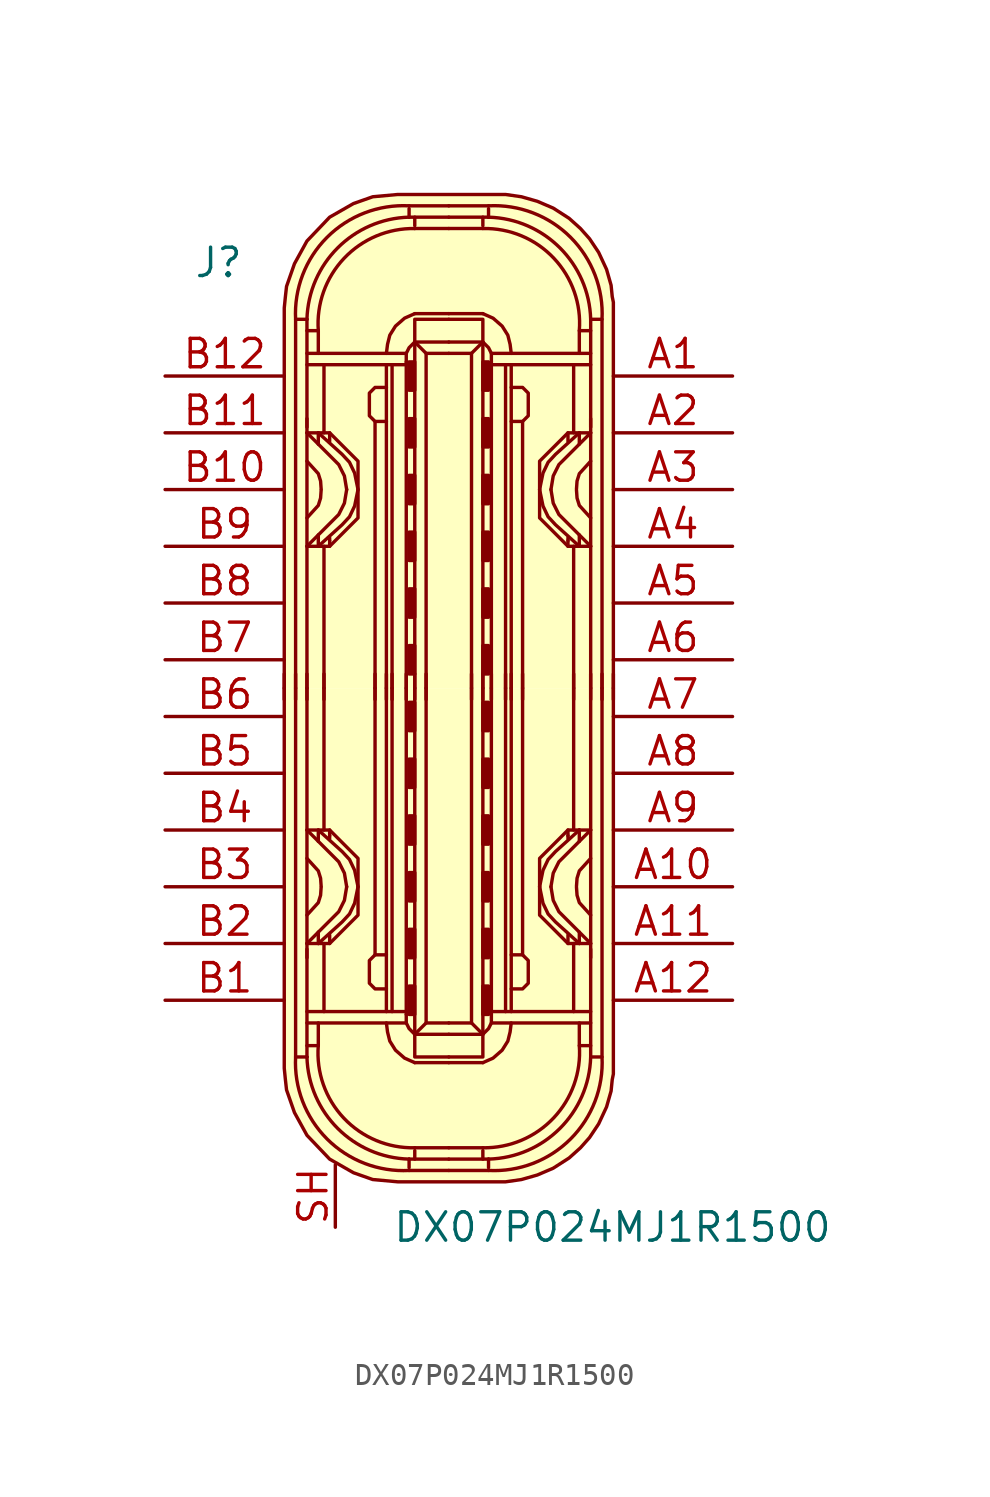
<source format=kicad_sym>
(kicad_symbol_lib
  (version 20220914)
  (generator kicad_symbol_editor)
  (symbol "DX07P024MJ1R1500"
    (pin_names
      (offset 1.016))
    (property "Reference" "J"
      (at -11.43 19.05 0)
      (effects (font (size 1.27 1.27)) (justify left)))
    (property "Value" "DX07P024MJ1R1500"
      (at -2.54 -24.13 0)
      (effects (font (size 1.27 1.27)) (justify left)))
    (symbol "DX07P024MJ1R1500_1_1"
      (arc (start -6.858 -16.51) (mid -5.4492 -20.1812) (end -1.778 -21.59) (stroke (width 0) (type default)) (fill (type none)))
      (arc (start -6.35 -16.51) (mid -4.9749 -19.7069) (end -1.778 -21.082) (stroke (width 0) (type default)) (fill (type none)))
      (arc (start -5.842 -16.002) (mid -4.6972 -19.2495) (end -1.524 -20.574) (stroke (width 0) (type default)) (fill (type none)))
      (rectangle (start -1.778 -14.605) (end -1.524 -13.335) (stroke (width 0) (type default)) (fill (type outline)))
      (rectangle (start -1.778 -12.065) (end -1.524 -10.795) (stroke (width 0) (type default)) (fill (type outline)))
      (rectangle (start -1.778 -9.525) (end -1.524 -8.255) (stroke (width 0) (type default)) (fill (type outline)))
      (rectangle (start -1.778 -6.985) (end -1.524 -5.715) (stroke (width 0) (type default)) (fill (type outline)))
      (rectangle (start -1.778 -4.445) (end -1.524 -3.175) (stroke (width 0) (type default)) (fill (type outline)))
      (rectangle (start -1.778 -1.905) (end -1.524 -0.635) (stroke (width 0) (type default)) (fill (type outline)))
      (rectangle (start -1.778 1.905) (end -1.524 0.635) (stroke (width 0) (type default)) (fill (type outline)))
      (rectangle (start -1.778 4.445) (end -1.524 3.175) (stroke (width 0) (type default)) (fill (type outline)))
      (rectangle (start -1.778 6.985) (end -1.524 5.715) (stroke (width 0) (type default)) (fill (type outline)))
      (rectangle (start -1.778 9.525) (end -1.524 8.255) (stroke (width 0) (type default)) (fill (type outline)))
      (rectangle (start -1.778 12.065) (end -1.524 10.795) (stroke (width 0) (type default)) (fill (type outline)))
      (rectangle (start -1.778 14.605) (end -1.524 13.335) (stroke (width 0) (type default)) (fill (type outline)))
      (arc (start -1.778 21.082) (mid -4.9749 19.7069) (end -6.35 16.51) (stroke (width 0) (type default)) (fill (type none)))
      (arc (start -1.778 21.59) (mid -5.4492 20.1812) (end -6.858 16.51) (stroke (width 0) (type default)) (fill (type none)))
      (arc (start -1.524 20.574) (mid -4.6883 19.2412) (end -5.842 16.002) (stroke (width 0) (type default)) (fill (type none)))
      (polyline (pts (xy -7.366 -0.508) (xy -7.366 0.635)) (stroke (width 0) (type default)) (fill (type none)))
      (polyline (pts (xy -6.858 -0.508) (xy -6.858 0.635)) (stroke (width 0) (type default)) (fill (type none)))
      (polyline (pts (xy -6.35 -14.986) (xy -1.905 -14.986)) (stroke (width 0) (type default)) (fill (type none)))
      (polyline (pts (xy -6.35 -12.065) (xy -6.35 0)) (stroke (width 0) (type default)) (fill (type none)))
      (polyline (pts (xy -6.35 -0.508) (xy -6.35 0.635)) (stroke (width 0) (type default)) (fill (type none)))
      (polyline (pts (xy -6.35 12.065) (xy -6.35 0)) (stroke (width 0) (type default)) (fill (type none)))
      (polyline (pts (xy -6.35 14.986) (xy -1.905 14.986)) (stroke (width 0) (type default)) (fill (type none)))
      (polyline (pts (xy -5.842 -11.43) (xy -5.842 -10.922)) (stroke (width 0) (type default)) (fill (type none)))
      (polyline (pts (xy -5.842 -6.35) (xy -5.842 -6.858)) (stroke (width 0) (type default)) (fill (type none)))
      (polyline (pts (xy -5.842 6.35) (xy -5.842 6.858)) (stroke (width 0) (type default)) (fill (type none)))
      (polyline (pts (xy -5.842 11.43) (xy -5.842 10.922)) (stroke (width 0) (type default)) (fill (type none)))
      (polyline (pts (xy -5.588 -14.478) (xy -5.588 -11.43)) (stroke (width 0) (type default)) (fill (type none)))
      (polyline (pts (xy -5.588 -6.35) (xy -5.588 0)) (stroke (width 0) (type default)) (fill (type none)))
      (polyline (pts (xy -5.588 -0.508) (xy -5.588 0.635)) (stroke (width 0) (type default)) (fill (type none)))
      (polyline (pts (xy -5.588 6.35) (xy -5.588 0)) (stroke (width 0) (type default)) (fill (type none)))
      (polyline (pts (xy -5.588 14.478) (xy -5.588 11.43)) (stroke (width 0) (type default)) (fill (type none)))
      (polyline (pts (xy -5.334 -11.43) (xy -5.334 -11.049)) (stroke (width 0) (type default)) (fill (type none)))
      (polyline (pts (xy -5.334 -6.604) (xy -5.334 -6.731)) (stroke (width 0) (type default)) (fill (type none)))
      (polyline (pts (xy -5.334 -6.35) (xy -5.334 -6.604)) (stroke (width 0) (type default)) (fill (type none)))
      (polyline (pts (xy -5.334 6.35) (xy -5.334 6.604)) (stroke (width 0) (type default)) (fill (type none)))
      (polyline (pts (xy -5.334 6.604) (xy -5.334 6.731)) (stroke (width 0) (type default)) (fill (type none)))
      (polyline (pts (xy -5.334 11.43) (xy -5.334 11.049)) (stroke (width 0) (type default)) (fill (type none)))
      (polyline (pts (xy -3.302 -0.508) (xy -3.302 0.635)) (stroke (width 0) (type default)) (fill (type none)))
      (polyline (pts (xy -3.302 0) (xy -3.302 -11.938)) (stroke (width 0) (type default)) (fill (type none)))
      (polyline (pts (xy -3.302 0) (xy -3.302 11.938)) (stroke (width 0) (type default)) (fill (type none)))
      (polyline (pts (xy -2.794 -0.508) (xy -2.794 0.635)) (stroke (width 0) (type default)) (fill (type none)))
      (polyline (pts (xy -2.794 0) (xy -2.794 -14.478)) (stroke (width 0) (type default)) (fill (type none)))
      (polyline (pts (xy -2.794 0) (xy -2.794 14.478)) (stroke (width 0) (type default)) (fill (type none)))
      (polyline (pts (xy -2.54 -14.478) (xy -2.54 0)) (stroke (width 0) (type default)) (fill (type none)))
      (polyline (pts (xy -2.54 -0.508) (xy -2.54 0.635)) (stroke (width 0) (type default)) (fill (type none)))
      (polyline (pts (xy -2.54 14.478) (xy -2.54 0)) (stroke (width 0) (type default)) (fill (type none)))
      (polyline (pts (xy -1.905 -14.478) (xy -6.35 -14.478)) (stroke (width 0) (type default)) (fill (type none)))
      (polyline (pts (xy -1.905 -0.508) (xy -1.905 0.635)) (stroke (width 0) (type default)) (fill (type none)))
      (polyline (pts (xy -1.905 0) (xy -1.905 -14.605)) (stroke (width 0) (type default)) (fill (type none)))
      (polyline (pts (xy -1.905 0) (xy -1.905 14.605)) (stroke (width 0) (type default)) (fill (type none)))
      (polyline (pts (xy -1.905 14.478) (xy -6.35 14.478)) (stroke (width 0) (type default)) (fill (type none)))
      (polyline (pts (xy -1.778 -21.59) (xy 0 -21.59)) (stroke (width 0) (type default)) (fill (type background)))
      (polyline (pts (xy -1.778 -21.082) (xy -1.778 -21.463)) (stroke (width 0) (type default)) (fill (type none)))
      (polyline (pts (xy -1.778 -21.082) (xy 0 -21.082)) (stroke (width 0) (type default)) (fill (type none)))
      (polyline (pts (xy -1.778 21.082) (xy -1.778 21.463)) (stroke (width 0) (type default)) (fill (type none)))
      (polyline (pts (xy -1.778 21.082) (xy 0 21.082)) (stroke (width 0) (type default)) (fill (type none)))
      (polyline (pts (xy -1.778 21.59) (xy 0 21.59)) (stroke (width 0) (type default)) (fill (type background)))
      (polyline (pts (xy -1.524 -20.701) (xy -1.524 -21.082)) (stroke (width 0) (type default)) (fill (type none)))
      (polyline (pts (xy -1.524 -20.574) (xy 0 -20.574)) (stroke (width 0) (type default)) (fill (type none)))
      (polyline (pts (xy -1.524 -0.508) (xy -1.524 0.635)) (stroke (width 0) (type default)) (fill (type none)))
      (polyline (pts (xy -1.524 20.574) (xy 0 20.574)) (stroke (width 0) (type default)) (fill (type none)))
      (polyline (pts (xy -1.524 20.701) (xy -1.524 21.082)) (stroke (width 0) (type default)) (fill (type none)))
      (polyline (pts (xy -1.016 -14.986) (xy -1.524 -15.494)) (stroke (width 0) (type default)) (fill (type none)))
      (polyline (pts (xy -1.016 -0.508) (xy -1.016 0.635)) (stroke (width 0) (type default)) (fill (type none)))
      (polyline (pts (xy -1.016 14.986) (xy -1.524 15.494)) (stroke (width 0) (type default)) (fill (type none)))
      (polyline (pts (xy 0 -16.764) (xy -1.524 -16.764)) (stroke (width 0) (type default)) (fill (type none)))
      (polyline (pts (xy 0 -16.764) (xy 1.524 -16.764)) (stroke (width 0) (type default)) (fill (type none)))
      (polyline (pts (xy 0 16.764) (xy -1.524 16.764)) (stroke (width 0) (type default)) (fill (type none)))
      (polyline (pts (xy 0 16.764) (xy 1.524 16.764)) (stroke (width 0) (type default)) (fill (type none)))
      (polyline (pts (xy 1.016 -14.986) (xy 1.524 -15.494)) (stroke (width 0) (type default)) (fill (type none)))
      (polyline (pts (xy 1.016 -0.508) (xy 1.016 0.635)) (stroke (width 0) (type default)) (fill (type none)))
      (polyline (pts (xy 1.016 14.986) (xy 1.524 15.494)) (stroke (width 0) (type default)) (fill (type none)))
      (polyline (pts (xy 1.524 -20.701) (xy 1.524 -21.082)) (stroke (width 0) (type default)) (fill (type none)))
      (polyline (pts (xy 1.524 -20.574) (xy 0 -20.574)) (stroke (width 0) (type default)) (fill (type none)))
      (polyline (pts (xy 1.524 -0.508) (xy 1.524 0.635)) (stroke (width 0) (type default)) (fill (type none)))
      (polyline (pts (xy 1.524 20.574) (xy 0 20.574)) (stroke (width 0) (type default)) (fill (type none)))
      (polyline (pts (xy 1.524 20.701) (xy 1.524 21.082)) (stroke (width 0) (type default)) (fill (type none)))
      (polyline (pts (xy 1.778 -21.59) (xy 0 -21.59)) (stroke (width 0) (type default)) (fill (type background)))
      (polyline (pts (xy 1.778 -21.082) (xy 0 -21.082)) (stroke (width 0) (type default)) (fill (type none)))
      (polyline (pts (xy 1.778 -21.082) (xy 1.778 -21.463)) (stroke (width 0) (type default)) (fill (type none)))
      (polyline (pts (xy 1.778 21.082) (xy 0 21.082)) (stroke (width 0) (type default)) (fill (type none)))
      (polyline (pts (xy 1.778 21.082) (xy 1.778 21.463)) (stroke (width 0) (type default)) (fill (type none)))
      (polyline (pts (xy 1.778 21.59) (xy 0 21.59)) (stroke (width 0) (type default)) (fill (type background)))
      (polyline (pts (xy 1.905 -14.478) (xy 6.35 -14.478)) (stroke (width 0) (type default)) (fill (type none)))
      (polyline (pts (xy 1.905 -0.508) (xy 1.905 0.635)) (stroke (width 0) (type default)) (fill (type none)))
      (polyline (pts (xy 1.905 0) (xy 1.905 -14.605)) (stroke (width 0) (type default)) (fill (type none)))
      (polyline (pts (xy 1.905 0) (xy 1.905 14.605)) (stroke (width 0) (type default)) (fill (type none)))
      (polyline (pts (xy 1.905 14.478) (xy 6.35 14.478)) (stroke (width 0) (type default)) (fill (type none)))
      (polyline (pts (xy 2.54 -14.478) (xy 2.54 0)) (stroke (width 0) (type default)) (fill (type none)))
      (polyline (pts (xy 2.54 -0.508) (xy 2.54 0.635)) (stroke (width 0) (type default)) (fill (type none)))
      (polyline (pts (xy 2.54 14.478) (xy 2.54 0)) (stroke (width 0) (type default)) (fill (type none)))
      (polyline (pts (xy 2.794 -0.508) (xy 2.794 0.635)) (stroke (width 0) (type default)) (fill (type none)))
      (polyline (pts (xy 2.794 0) (xy 2.794 -14.478)) (stroke (width 0) (type default)) (fill (type none)))
      (polyline (pts (xy 2.794 0) (xy 2.794 14.478)) (stroke (width 0) (type default)) (fill (type none)))
      (polyline (pts (xy 3.302 -0.508) (xy 3.302 0.635)) (stroke (width 0) (type default)) (fill (type none)))
      (polyline (pts (xy 3.302 0) (xy 3.302 -11.938)) (stroke (width 0) (type default)) (fill (type none)))
      (polyline (pts (xy 3.302 0) (xy 3.302 11.938)) (stroke (width 0) (type default)) (fill (type none)))
      (polyline (pts (xy 5.334 -11.43) (xy 5.334 -11.049)) (stroke (width 0) (type default)) (fill (type none)))
      (polyline (pts (xy 5.334 -6.604) (xy 5.334 -6.731)) (stroke (width 0) (type default)) (fill (type none)))
      (polyline (pts (xy 5.334 -6.35) (xy 5.334 -6.604)) (stroke (width 0) (type default)) (fill (type none)))
      (polyline (pts (xy 5.334 6.35) (xy 5.334 6.604)) (stroke (width 0) (type default)) (fill (type none)))
      (polyline (pts (xy 5.334 6.604) (xy 5.334 6.731)) (stroke (width 0) (type default)) (fill (type none)))
      (polyline (pts (xy 5.334 11.43) (xy 5.334 11.049)) (stroke (width 0) (type default)) (fill (type none)))
      (polyline (pts (xy 5.588 -14.478) (xy 5.588 -11.43)) (stroke (width 0) (type default)) (fill (type none)))
      (polyline (pts (xy 5.588 -6.35) (xy 5.588 0)) (stroke (width 0) (type default)) (fill (type none)))
      (polyline (pts (xy 5.588 -0.508) (xy 5.588 0.635)) (stroke (width 0) (type default)) (fill (type none)))
      (polyline (pts (xy 5.588 6.35) (xy 5.588 0)) (stroke (width 0) (type default)) (fill (type none)))
      (polyline (pts (xy 5.588 14.478) (xy 5.588 11.43)) (stroke (width 0) (type default)) (fill (type none)))
      (polyline (pts (xy 5.842 -11.43) (xy 5.842 -10.922)) (stroke (width 0) (type default)) (fill (type none)))
      (polyline (pts (xy 5.842 -6.35) (xy 5.842 -6.858)) (stroke (width 0) (type default)) (fill (type none)))
      (polyline (pts (xy 5.842 6.35) (xy 5.842 6.858)) (stroke (width 0) (type default)) (fill (type none)))
      (polyline (pts (xy 5.842 11.43) (xy 5.842 10.922)) (stroke (width 0) (type default)) (fill (type none)))
      (polyline (pts (xy 6.35 -14.986) (xy 1.905 -14.986)) (stroke (width 0) (type default)) (fill (type none)))
      (polyline (pts (xy 6.35 -12.065) (xy 6.35 0)) (stroke (width 0) (type default)) (fill (type none)))
      (polyline (pts (xy 6.35 -0.508) (xy 6.35 0.635)) (stroke (width 0) (type default)) (fill (type none)))
      (polyline (pts (xy 6.35 12.065) (xy 6.35 0)) (stroke (width 0) (type default)) (fill (type none)))
      (polyline (pts (xy 6.35 14.986) (xy 1.905 14.986)) (stroke (width 0) (type default)) (fill (type none)))
      (polyline (pts (xy 6.858 -0.508) (xy 6.858 0.635)) (stroke (width 0) (type default)) (fill (type none)))
      (polyline (pts (xy 7.366 -0.508) (xy 7.366 0.635)) (stroke (width 0) (type default)) (fill (type none)))
      (polyline (pts (xy -6.35 -16.51) (xy -6.858 -16.51) (xy -6.858 0)) (stroke (width 0) (type default)) (fill (type none)))
      (polyline (pts (xy -6.35 -11.684) (xy -6.35 -15.875) (xy -6.35 -16.51)) (stroke (width 0) (type default)) (fill (type none)))
      (polyline (pts (xy -6.35 11.684) (xy -6.35 15.875) (xy -6.35 16.51)) (stroke (width 0) (type default)) (fill (type none)))
      (polyline (pts (xy -6.35 16.51) (xy -6.858 16.51) (xy -6.858 0)) (stroke (width 0) (type default)) (fill (type none)))
      (polyline (pts (xy -5.842 -14.986) (xy -5.842 -16.002) (xy -6.35 -16.002)) (stroke (width 0) (type default)) (fill (type none)))
      (polyline (pts (xy -5.842 14.986) (xy -5.842 16.002) (xy -6.35 16.002)) (stroke (width 0) (type default)) (fill (type none)))
      (polyline (pts (xy -1.524 0) (xy -1.524 -15.494) (xy 0 -15.494)) (stroke (width 0) (type default)) (fill (type none)))
      (polyline (pts (xy -1.524 0) (xy -1.524 15.494) (xy 0 15.494)) (stroke (width 0) (type default)) (fill (type none)))
      (polyline (pts (xy -1.016 0) (xy -1.016 -14.986) (xy 0 -14.986)) (stroke (width 0) (type default)) (fill (type none)))
      (polyline (pts (xy -1.016 0) (xy -1.016 14.986) (xy 0 14.986)) (stroke (width 0) (type default)) (fill (type none)))
      (polyline (pts (xy 1.016 0) (xy 1.016 -14.986) (xy 0 -14.986)) (stroke (width 0) (type default)) (fill (type none)))
      (polyline (pts (xy 1.016 0) (xy 1.016 14.986) (xy 0 14.986)) (stroke (width 0) (type default)) (fill (type none)))
      (polyline (pts (xy 1.524 0) (xy 1.524 -15.494) (xy 0 -15.494)) (stroke (width 0) (type default)) (fill (type none)))
      (polyline (pts (xy 1.524 0) (xy 1.524 15.494) (xy 0 15.494)) (stroke (width 0) (type default)) (fill (type none)))
      (polyline (pts (xy 5.842 -14.986) (xy 5.842 -16.002) (xy 6.35 -16.002)) (stroke (width 0) (type default)) (fill (type none)))
      (polyline (pts (xy 5.842 14.986) (xy 5.842 16.002) (xy 6.35 16.002)) (stroke (width 0) (type default)) (fill (type none)))
      (polyline (pts (xy 6.35 -16.51) (xy 6.858 -16.51) (xy 6.858 0)) (stroke (width 0) (type default)) (fill (type none)))
      (polyline (pts (xy 6.35 -11.684) (xy 6.35 -15.875) (xy 6.35 -16.51)) (stroke (width 0) (type default)) (fill (type none)))
      (polyline (pts (xy 6.35 11.684) (xy 6.35 15.875) (xy 6.35 16.51)) (stroke (width 0) (type default)) (fill (type none)))
      (polyline (pts (xy 6.35 16.51) (xy 6.858 16.51) (xy 6.858 0)) (stroke (width 0) (type default)) (fill (type none)))
      (polyline (pts (xy -6.35 -11.43) (xy -4.928 -10.008) (xy -4.674 -9.5) (xy -4.572 -8.89)) (stroke (width 0) (type default)) (fill (type none)))
      (polyline (pts (xy -6.35 -10.16) (xy -5.842 -9.601) (xy -5.74 -9.271) (xy -5.715 -8.915)) (stroke (width 0) (type default)) (fill (type none)))
      (polyline (pts (xy -6.35 -7.62) (xy -5.842 -8.179) (xy -5.74 -8.509) (xy -5.715 -8.865)) (stroke (width 0) (type default)) (fill (type none)))
      (polyline (pts (xy -6.35 -6.35) (xy -4.928 -7.772) (xy -4.674 -8.28) (xy -4.572 -8.89)) (stroke (width 0) (type default)) (fill (type none)))
      (polyline (pts (xy -6.35 6.35) (xy -4.928 7.772) (xy -4.674 8.28) (xy -4.572 8.89)) (stroke (width 0) (type default)) (fill (type none)))
      (polyline (pts (xy -6.35 7.62) (xy -5.842 8.179) (xy -5.74 8.509) (xy -5.715 8.865)) (stroke (width 0) (type default)) (fill (type none)))
      (polyline (pts (xy -6.35 10.16) (xy -5.842 9.601) (xy -5.74 9.271) (xy -5.715 8.915)) (stroke (width 0) (type default)) (fill (type none)))
      (polyline (pts (xy -6.35 11.43) (xy -4.928 10.008) (xy -4.674 9.5) (xy -4.572 8.89)) (stroke (width 0) (type default)) (fill (type none)))
      (polyline (pts (xy -1.905 -14.605) (xy -1.905 -14.986) (xy -1.778 -15.24) (xy -1.524 -15.494)) (stroke (width 0) (type default)) (fill (type none)))
      (polyline (pts (xy -1.905 14.605) (xy -1.905 14.986) (xy -1.778 15.24) (xy -1.524 15.494)) (stroke (width 0) (type default)) (fill (type none)))
      (polyline (pts (xy 0 -16.51) (xy -1.397 -16.51) (xy -1.524 -16.51) (xy -1.524 -15.494)) (stroke (width 0) (type default)) (fill (type none)))
      (polyline (pts (xy 0 -16.51) (xy 1.397 -16.51) (xy 1.524 -16.51) (xy 1.524 -15.494)) (stroke (width 0) (type default)) (fill (type none)))
      (polyline (pts (xy 0 16.51) (xy -1.397 16.51) (xy -1.524 16.51) (xy -1.524 15.494)) (stroke (width 0) (type default)) (fill (type none)))
      (polyline (pts (xy 0 16.51) (xy 1.397 16.51) (xy 1.524 16.51) (xy 1.524 15.494)) (stroke (width 0) (type default)) (fill (type none)))
      (polyline (pts (xy 1.905 -14.605) (xy 1.905 -14.986) (xy 1.778 -15.24) (xy 1.524 -15.494)) (stroke (width 0) (type default)) (fill (type none)))
      (polyline (pts (xy 1.905 14.605) (xy 1.905 14.986) (xy 1.778 15.24) (xy 1.524 15.494)) (stroke (width 0) (type default)) (fill (type none)))
      (polyline (pts (xy 6.35 -11.43) (xy 4.928 -10.008) (xy 4.674 -9.5) (xy 4.572 -8.89)) (stroke (width 0) (type default)) (fill (type none)))
      (polyline (pts (xy 6.35 -10.16) (xy 5.842 -9.601) (xy 5.74 -9.271) (xy 5.715 -8.915)) (stroke (width 0) (type default)) (fill (type none)))
      (polyline (pts (xy 6.35 -7.62) (xy 5.842 -8.179) (xy 5.74 -8.509) (xy 5.715 -8.865)) (stroke (width 0) (type default)) (fill (type none)))
      (polyline (pts (xy 6.35 -6.35) (xy 4.928 -7.772) (xy 4.674 -8.28) (xy 4.572 -8.89)) (stroke (width 0) (type default)) (fill (type none)))
      (polyline (pts (xy 6.35 6.35) (xy 4.928 7.772) (xy 4.674 8.28) (xy 4.572 8.89)) (stroke (width 0) (type default)) (fill (type none)))
      (polyline (pts (xy 6.35 7.62) (xy 5.842 8.179) (xy 5.74 8.509) (xy 5.715 8.865)) (stroke (width 0) (type default)) (fill (type none)))
      (polyline (pts (xy 6.35 10.16) (xy 5.842 9.601) (xy 5.74 9.271) (xy 5.715 8.915)) (stroke (width 0) (type default)) (fill (type none)))
      (polyline (pts (xy 6.35 11.43) (xy 4.928 10.008) (xy 4.674 9.5) (xy 4.572 8.89)) (stroke (width 0) (type default)) (fill (type none)))
      (polyline (pts (xy -5.842 -11.43) (xy -4.775 -10.465) (xy -4.445 -10.109) (xy -4.216 -9.627) (xy -4.064 -8.89)) (stroke (width 0) (type default)) (fill (type none)))
      (polyline (pts (xy -5.842 -6.35) (xy -4.775 -7.315) (xy -4.445 -7.671) (xy -4.216 -8.153) (xy -4.064 -8.89)) (stroke (width 0) (type default)) (fill (type none)))
      (polyline (pts (xy -5.842 6.35) (xy -4.775 7.315) (xy -4.445 7.671) (xy -4.216 8.153) (xy -4.064 8.89)) (stroke (width 0) (type default)) (fill (type none)))
      (polyline (pts (xy -5.842 11.43) (xy -4.775 10.465) (xy -4.445 10.109) (xy -4.216 9.627) (xy -4.064 8.89)) (stroke (width 0) (type default)) (fill (type none)))
      (polyline (pts (xy 5.842 -11.43) (xy 4.775 -10.465) (xy 4.445 -10.109) (xy 4.216 -9.627) (xy 4.064 -8.89)) (stroke (width 0) (type default)) (fill (type none)))
      (polyline (pts (xy 5.842 -6.35) (xy 4.775 -7.315) (xy 4.445 -7.671) (xy 4.216 -8.153) (xy 4.064 -8.89)) (stroke (width 0) (type default)) (fill (type none)))
      (polyline (pts (xy 5.842 6.35) (xy 4.775 7.315) (xy 4.445 7.671) (xy 4.216 8.153) (xy 4.064 8.89)) (stroke (width 0) (type default)) (fill (type none)))
      (polyline (pts (xy 5.842 11.43) (xy 4.775 10.465) (xy 4.445 10.109) (xy 4.216 9.627) (xy 4.064 8.89)) (stroke (width 0) (type default)) (fill (type none)))
      (polyline (pts (xy -6.35 -11.43) (xy -5.334 -11.43) (xy -4.064 -10.16) (xy -4.064 -7.62) (xy -5.334 -6.35) (xy -6.35 -6.35)) (stroke (width 0) (type default)) (fill (type none)))
      (polyline (pts (xy -6.35 11.43) (xy -5.334 11.43) (xy -4.064 10.16) (xy -4.064 7.62) (xy -5.334 6.35) (xy -6.35 6.35)) (stroke (width 0) (type default)) (fill (type none)))
      (polyline (pts (xy -2.794 -14.986) (xy -2.743 -15.392) (xy -2.642 -15.799) (xy -2.388 -16.205) (xy -1.981 -16.561) (xy -1.524 -16.764)) (stroke (width 0) (type default)) (fill (type none)))
      (polyline (pts (xy -2.794 -13.462) (xy -3.302 -13.462) (xy -3.556 -13.208) (xy -3.556 -12.192) (xy -3.302 -11.938) (xy -2.794 -11.938)) (stroke (width 0) (type default)) (fill (type none)))
      (polyline (pts (xy -2.794 13.462) (xy -3.302 13.462) (xy -3.556 13.208) (xy -3.556 12.192) (xy -3.302 11.938) (xy -2.794 11.938)) (stroke (width 0) (type default)) (fill (type none)))
      (polyline (pts (xy -2.794 14.986) (xy -2.743 15.392) (xy -2.642 15.799) (xy -2.388 16.205) (xy -1.981 16.561) (xy -1.524 16.764)) (stroke (width 0) (type default)) (fill (type none)))
      (polyline (pts (xy 2.794 -14.986) (xy 2.743 -15.392) (xy 2.642 -15.799) (xy 2.388 -16.205) (xy 1.981 -16.561) (xy 1.524 -16.764)) (stroke (width 0) (type default)) (fill (type none)))
      (polyline (pts (xy 2.794 -13.462) (xy 3.302 -13.462) (xy 3.556 -13.208) (xy 3.556 -12.192) (xy 3.302 -11.938) (xy 2.794 -11.938)) (stroke (width 0) (type default)) (fill (type none)))
      (polyline (pts (xy 2.794 13.462) (xy 3.302 13.462) (xy 3.556 13.208) (xy 3.556 12.192) (xy 3.302 11.938) (xy 2.794 11.938)) (stroke (width 0) (type default)) (fill (type none)))
      (polyline (pts (xy 2.794 14.986) (xy 2.743 15.392) (xy 2.642 15.799) (xy 2.388 16.205) (xy 1.981 16.561) (xy 1.524 16.764)) (stroke (width 0) (type default)) (fill (type none)))
      (polyline (pts (xy 6.35 -11.43) (xy 5.334 -11.43) (xy 4.064 -10.16) (xy 4.064 -7.62) (xy 5.334 -6.35) (xy 6.35 -6.35)) (stroke (width 0) (type default)) (fill (type none)))
      (polyline (pts (xy 6.35 11.43) (xy 5.334 11.43) (xy 4.064 10.16) (xy 4.064 7.62) (xy 5.334 6.35) (xy 6.35 6.35)) (stroke (width 0) (type default)) (fill (type none)))
      (polyline (pts (xy 7.366 0) (xy 7.366 -17.018) (xy 7.366 -17.272) (xy 7.315 -17.526) (xy 7.264 -18.034) (xy 7.061 -18.745) (xy 6.706 -19.507) (xy 6.299 -20.117) (xy 5.893 -20.574) (xy 5.385 -21.031) (xy 4.674 -21.488) (xy 3.962 -21.793) (xy 3.251 -21.996) (xy 2.54 -22.098) (xy -2.286 -22.098) (xy -3.404 -21.996) (xy -4.267 -21.692) (xy -5.334 -21.082) (xy -6.35 -20.015) (xy -6.909 -18.999) (xy -7.264 -17.983) (xy -7.315 -17.526) (xy -7.366 -17.018) (xy -7.366 0)) (stroke (width 0) (type default)) (fill (type background)))
      (polyline (pts (xy 7.366 0) (xy 7.366 17.018) (xy 7.366 17.272) (xy 7.315 17.526) (xy 7.264 18.034) (xy 7.061 18.745) (xy 6.706 19.507) (xy 6.299 20.117) (xy 5.893 20.574) (xy 5.385 21.031) (xy 4.674 21.488) (xy 3.962 21.793) (xy 3.251 21.996) (xy 2.54 22.098) (xy -2.286 22.098) (xy -3.404 21.996) (xy -4.267 21.692) (xy -5.334 21.082) (xy -6.35 20.015) (xy -6.909 18.999) (xy -7.264 17.983) (xy -7.315 17.526) (xy -7.366 17.018) (xy -7.366 0)) (stroke (width 0) (type default)) (fill (type background)))
      (arc (start 1.524 -20.574) (mid 4.6883 -19.2412) (end 5.842 -16.002) (stroke (width 0) (type default)) (fill (type none)))
      (arc (start 1.778 -21.59) (mid 5.4492 -20.1812) (end 6.858 -16.51) (stroke (width 0) (type default)) (fill (type none)))
      (arc (start 1.778 -21.082) (mid 4.9749 -19.7069) (end 6.35 -16.51) (stroke (width 0) (type default)) (fill (type none)))
      (rectangle (start 1.778 -14.605) (end 1.524 -13.335) (stroke (width 0) (type default)) (fill (type outline)))
      (rectangle (start 1.778 -12.065) (end 1.524 -10.795) (stroke (width 0) (type default)) (fill (type outline)))
      (rectangle (start 1.778 -9.525) (end 1.524 -8.255) (stroke (width 0) (type default)) (fill (type outline)))
      (rectangle (start 1.778 -6.985) (end 1.524 -5.715) (stroke (width 0) (type default)) (fill (type outline)))
      (rectangle (start 1.778 -4.445) (end 1.524 -3.175) (stroke (width 0) (type default)) (fill (type outline)))
      (rectangle (start 1.778 -1.905) (end 1.524 -0.635) (stroke (width 0) (type default)) (fill (type outline)))
      (rectangle (start 1.778 1.905) (end 1.524 0.635) (stroke (width 0) (type default)) (fill (type outline)))
      (rectangle (start 1.778 4.445) (end 1.524 3.175) (stroke (width 0) (type default)) (fill (type outline)))
      (rectangle (start 1.778 6.985) (end 1.524 5.715) (stroke (width 0) (type default)) (fill (type outline)))
      (rectangle (start 1.778 9.525) (end 1.524 8.255) (stroke (width 0) (type default)) (fill (type outline)))
      (rectangle (start 1.778 12.065) (end 1.524 10.795) (stroke (width 0) (type default)) (fill (type outline)))
      (rectangle (start 1.778 14.605) (end 1.524 13.335) (stroke (width 0) (type default)) (fill (type outline)))
      (arc (start 5.842 16.002) (mid 4.6972 19.2495) (end 1.524 20.574) (stroke (width 0) (type default)) (fill (type none)))
      (arc (start 6.35 16.51) (mid 4.9749 19.7069) (end 1.778 21.082) (stroke (width 0) (type default)) (fill (type none)))
      (arc (start 6.858 16.51) (mid 5.4492 20.1812) (end 1.778 21.59) (stroke (width 0) (type default)) (fill (type none)))
      (pin passive line (at 12.7 13.97 180) (length 5.334) (name "~" (effects (font (size 1.27 1.27)))) (number "A1" (effects (font (size 1.27 1.27)))))
      (pin passive line (at 12.7 -8.89 180) (length 5.334) (name "~" (effects (font (size 1.27 1.27)))) (number "A10" (effects (font (size 1.27 1.27)))))
      (pin passive line (at 12.7 -11.43 180) (length 5.334) (name "~" (effects (font (size 1.27 1.27)))) (number "A11" (effects (font (size 1.27 1.27)))))
      (pin passive line (at 12.7 -13.97 180) (length 5.334) (name "~" (effects (font (size 1.27 1.27)))) (number "A12" (effects (font (size 1.27 1.27)))))
      (pin passive line (at 12.7 11.43 180) (length 5.334) (name "~" (effects (font (size 1.27 1.27)))) (number "A2" (effects (font (size 1.27 1.27)))))
      (pin passive line (at 12.7 8.89 180) (length 5.334) (name "~" (effects (font (size 1.27 1.27)))) (number "A3" (effects (font (size 1.27 1.27)))))
      (pin passive line (at 12.7 6.35 180) (length 5.334) (name "~" (effects (font (size 1.27 1.27)))) (number "A4" (effects (font (size 1.27 1.27)))))
      (pin passive line (at 12.7 3.81 180) (length 5.334) (name "~" (effects (font (size 1.27 1.27)))) (number "A5" (effects (font (size 1.27 1.27)))))
      (pin passive line (at 12.7 1.27 180) (length 5.334) (name "~" (effects (font (size 1.27 1.27)))) (number "A6" (effects (font (size 1.27 1.27)))))
      (pin passive line (at 12.7 -1.27 180) (length 5.334) (name "~" (effects (font (size 1.27 1.27)))) (number "A7" (effects (font (size 1.27 1.27)))))
      (pin passive line (at 12.7 -3.81 180) (length 5.334) (name "~" (effects (font (size 1.27 1.27)))) (number "A8" (effects (font (size 1.27 1.27)))))
      (pin passive line (at 12.7 -6.35 180) (length 5.334) (name "~" (effects (font (size 1.27 1.27)))) (number "A9" (effects (font (size 1.27 1.27)))))
      (pin passive line (at -12.7 -13.97 0) (length 5.334) (name "~" (effects (font (size 1.27 1.27)))) (number "B1" (effects (font (size 1.27 1.27)))))
      (pin passive line (at -12.7 8.89 0) (length 5.334) (name "~" (effects (font (size 1.27 1.27)))) (number "B10" (effects (font (size 1.27 1.27)))))
      (pin passive line (at -12.7 11.43 0) (length 5.334) (name "~" (effects (font (size 1.27 1.27)))) (number "B11" (effects (font (size 1.27 1.27)))))
      (pin passive line (at -12.7 13.97 0) (length 5.334) (name "~" (effects (font (size 1.27 1.27)))) (number "B12" (effects (font (size 1.27 1.27)))))
      (pin passive line (at -12.7 -11.43 0) (length 5.334) (name "~" (effects (font (size 1.27 1.27)))) (number "B2" (effects (font (size 1.27 1.27)))))
      (pin passive line (at -12.7 -8.89 0) (length 5.334) (name "~" (effects (font (size 1.27 1.27)))) (number "B3" (effects (font (size 1.27 1.27)))))
      (pin passive line (at -12.7 -6.35 0) (length 5.334) (name "~" (effects (font (size 1.27 1.27)))) (number "B4" (effects (font (size 1.27 1.27)))))
      (pin passive line (at -12.7 -3.81 0) (length 5.334) (name "~" (effects (font (size 1.27 1.27)))) (number "B5" (effects (font (size 1.27 1.27)))))
      (pin passive line (at -12.7 -1.27 0) (length 5.334) (name "~" (effects (font (size 1.27 1.27)))) (number "B6" (effects (font (size 1.27 1.27)))))
      (pin passive line (at -12.7 1.27 0) (length 5.334) (name "~" (effects (font (size 1.27 1.27)))) (number "B7" (effects (font (size 1.27 1.27)))))
      (pin passive line (at -12.7 3.81 0) (length 5.334) (name "~" (effects (font (size 1.27 1.27)))) (number "B8" (effects (font (size 1.27 1.27)))))
      (pin passive line (at -12.7 6.35 0) (length 5.334) (name "~" (effects (font (size 1.27 1.27)))) (number "B9" (effects (font (size 1.27 1.27)))))
      (pin input line (at -5.08 -24.13 90) (length 2.794) (name "~" (effects (font (size 1.27 1.27)))) (number "SH" (effects (font (size 1.27 1.27))))))))
</source>
